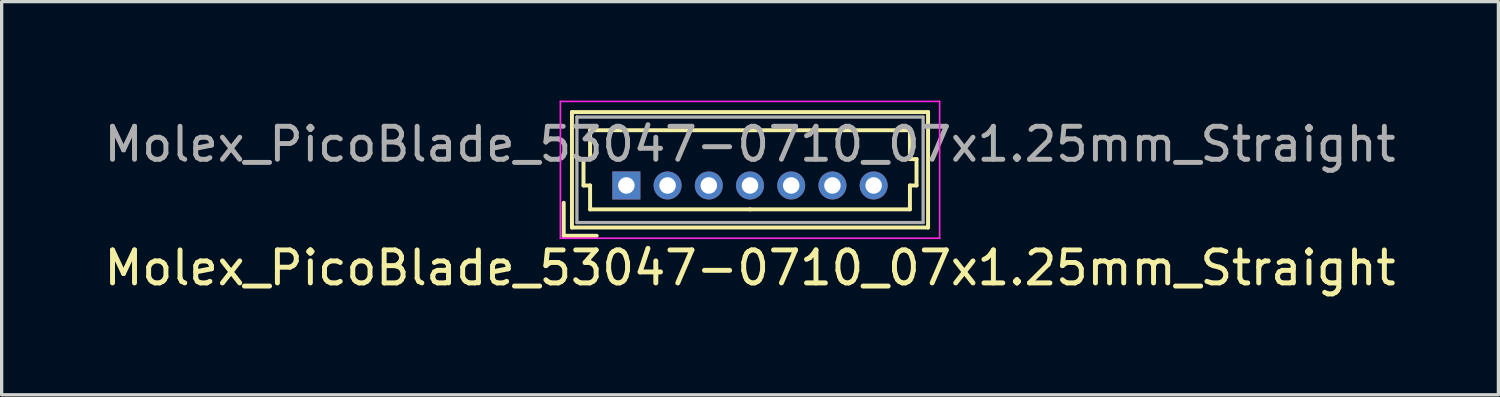
<source format=kicad_pcb>
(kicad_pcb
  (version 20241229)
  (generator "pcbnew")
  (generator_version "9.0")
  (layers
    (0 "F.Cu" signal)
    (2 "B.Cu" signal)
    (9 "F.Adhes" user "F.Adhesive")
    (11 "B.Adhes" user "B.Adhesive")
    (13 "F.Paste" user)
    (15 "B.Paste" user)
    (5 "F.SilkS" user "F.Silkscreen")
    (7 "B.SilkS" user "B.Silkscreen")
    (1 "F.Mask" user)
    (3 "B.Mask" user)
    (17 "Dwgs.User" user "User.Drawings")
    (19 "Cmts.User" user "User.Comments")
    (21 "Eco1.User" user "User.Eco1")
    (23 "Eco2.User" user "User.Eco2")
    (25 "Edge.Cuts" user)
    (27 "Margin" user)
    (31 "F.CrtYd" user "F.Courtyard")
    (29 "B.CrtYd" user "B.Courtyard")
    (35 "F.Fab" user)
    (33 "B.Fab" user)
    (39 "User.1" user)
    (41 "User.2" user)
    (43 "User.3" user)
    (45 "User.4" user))
  (footprint "Molex_PicoBlade_53047-0710_07x1.25mm_Straight"
    (layer "F.Cu")
    (at 15.946 2.575)
    (property "Reference" "Molex_PicoBlade_53047-0710_07x1.25mm_Straight" (at 3.75 2.5 0) (layer "F.SilkS") (effects (font (size 1 1) (thickness 0.15))))
    (attr through_hole)
    (fp_line (start -1.9 1.525) (end -1.9 0.525) (stroke (width 0.12) (type solid)) (layer "F.SilkS"))
    (fp_line (start -1.9 1.525) (end -0.9 1.525) (stroke (width 0.12) (type solid)) (layer "F.SilkS"))
    (fp_line (start -1.65 -2.225) (end -1.65 1.275) (stroke (width 0.12) (type solid)) (layer "F.SilkS"))
    (fp_line (start -1.65 1.275) (end 9.15 1.275) (stroke (width 0.12) (type solid)) (layer "F.SilkS"))
    (fp_line (start -1.3 -0.8) (end -1.1 -0.8) (stroke (width 0.12) (type solid)) (layer "F.SilkS"))
    (fp_line (start -1.3 0) (end -1.3 -0.8) (stroke (width 0.12) (type solid)) (layer "F.SilkS"))
    (fp_line (start -1.1 -1.675) (end 3.75 -1.675) (stroke (width 0.12) (type solid)) (layer "F.SilkS"))
    (fp_line (start -1.1 -0.8) (end -1.1 -1.675) (stroke (width 0.12) (type solid)) (layer "F.SilkS"))
    (fp_line (start -1.1 0) (end -1.3 0) (stroke (width 0.12) (type solid)) (layer "F.SilkS"))
    (fp_line (start -1.1 0.725) (end -1.1 0) (stroke (width 0.12) (type solid)) (layer "F.SilkS"))
    (fp_line (start 3.75 0.725) (end -1.1 0.725) (stroke (width 0.12) (type solid)) (layer "F.SilkS"))
    (fp_line (start 3.75 0.725) (end 8.6 0.725) (stroke (width 0.12) (type solid)) (layer "F.SilkS"))
    (fp_line (start 8.6 -1.675) (end 3.75 -1.675) (stroke (width 0.12) (type solid)) (layer "F.SilkS"))
    (fp_line (start 8.6 -0.8) (end 8.6 -1.675) (stroke (width 0.12) (type solid)) (layer "F.SilkS"))
    (fp_line (start 8.6 0) (end 8.8 0) (stroke (width 0.12) (type solid)) (layer "F.SilkS"))
    (fp_line (start 8.6 0.725) (end 8.6 0) (stroke (width 0.12) (type solid)) (layer "F.SilkS"))
    (fp_line (start 8.8 -0.8) (end 8.6 -0.8) (stroke (width 0.12) (type solid)) (layer "F.SilkS"))
    (fp_line (start 8.8 0) (end 8.8 -0.8) (stroke (width 0.12) (type solid)) (layer "F.SilkS"))
    (fp_line (start 9.15 -2.225) (end -1.65 -2.225) (stroke (width 0.12) (type solid)) (layer "F.SilkS"))
    (fp_line (start 9.15 1.275) (end 9.15 -2.225) (stroke (width 0.12) (type solid)) (layer "F.SilkS"))
    (fp_line (start -2 -2.55) (end -2 1.6) (stroke (width 0.05) (type solid)) (layer "F.CrtYd"))
    (fp_line (start -2 1.6) (end 9.5 1.6) (stroke (width 0.05) (type solid)) (layer "F.CrtYd"))
    (fp_line (start 9.5 -2.55) (end -2 -2.55) (stroke (width 0.05) (type solid)) (layer "F.CrtYd"))
    (fp_line (start 9.5 1.6) (end 9.5 -2.55) (stroke (width 0.05) (type solid)) (layer "F.CrtYd"))
    (fp_line (start -1.5 -2.075) (end -1.5 1.125) (stroke (width 0.1) (type solid)) (layer "F.Fab"))
    (fp_line (start -1.5 1.125) (end 9 1.125) (stroke (width 0.1) (type solid)) (layer "F.Fab"))
    (fp_line (start 9 -2.075) (end -1.5 -2.075) (stroke (width 0.1) (type solid)) (layer "F.Fab"))
    (fp_line (start 9 1.125) (end 9 -2.075) (stroke (width 0.1) (type solid)) (layer "F.Fab"))
    (fp_text user "${REFERENCE}" (at 3.75 -1.25 0) (layer "F.Fab") (effects (font (size 1 1) (thickness 0.15))))
    (pad "1" thru_hole rect (at 0 0) (size 0.85 0.85) (drill 0.5) (layers "*.Cu" "*.Mask"))
    (pad "2" thru_hole circle (at 1.25 0) (size 0.85 0.85) (drill 0.5) (layers "*.Cu" "*.Mask"))
    (pad "3" thru_hole circle (at 2.5 0) (size 0.85 0.85) (drill 0.5) (layers "*.Cu" "*.Mask"))
    (pad "4" thru_hole circle (at 3.75 0) (size 0.85 0.85) (drill 0.5) (layers "*.Cu" "*.Mask"))
    (pad "5" thru_hole circle (at 5 0) (size 0.85 0.85) (drill 0.5) (layers "*.Cu" "*.Mask"))
    (pad "6" thru_hole circle (at 6.25 0) (size 0.85 0.85) (drill 0.5) (layers "*.Cu" "*.Mask"))
    (pad "7" thru_hole circle (at 7.5 0) (size 0.85 0.85) (drill 0.5) (layers "*.Cu" "*.Mask")))
  (gr_rect
    (start -3 -3)
    (end 42.393 8.923)
    (stroke (width 0.1) (type default))
    (fill no)
    (layer "Edge.Cuts")))
</source>
